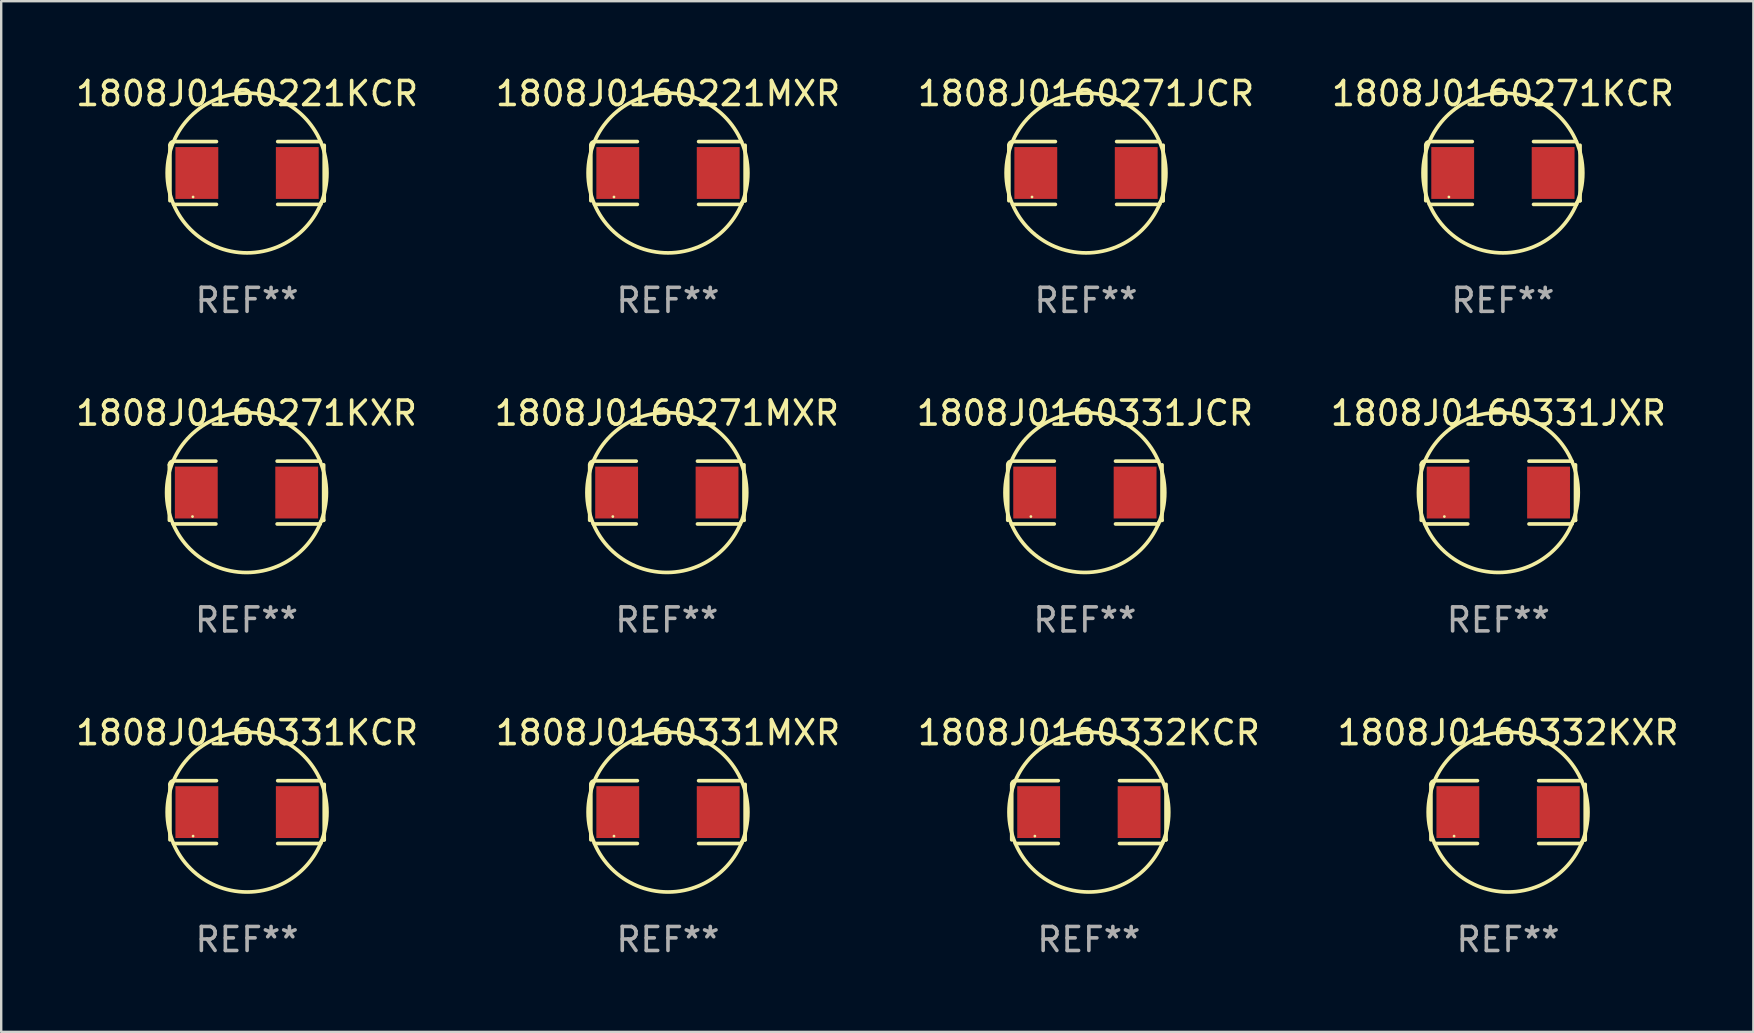
<source format=kicad_pcb>
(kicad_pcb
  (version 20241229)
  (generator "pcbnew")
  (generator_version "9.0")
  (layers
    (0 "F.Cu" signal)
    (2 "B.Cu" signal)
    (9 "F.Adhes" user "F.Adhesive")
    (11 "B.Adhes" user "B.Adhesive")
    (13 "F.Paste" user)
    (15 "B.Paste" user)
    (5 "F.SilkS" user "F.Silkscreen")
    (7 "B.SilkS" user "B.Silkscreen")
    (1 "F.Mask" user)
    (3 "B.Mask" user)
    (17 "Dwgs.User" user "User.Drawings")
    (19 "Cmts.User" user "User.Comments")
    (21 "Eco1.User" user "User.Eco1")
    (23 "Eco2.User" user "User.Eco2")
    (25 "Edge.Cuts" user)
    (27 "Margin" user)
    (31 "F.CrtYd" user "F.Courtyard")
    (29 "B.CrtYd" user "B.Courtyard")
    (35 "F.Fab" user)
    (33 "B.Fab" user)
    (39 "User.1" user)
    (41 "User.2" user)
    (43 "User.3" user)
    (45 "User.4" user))
  (footprint "1808J0160271JCR"
    (layer "F.Cu")
    (at 42.196 4.157)
    (property "Reference" "1808J0160271JCR" (at 0 -3.309 0) (layer "F.SilkS") (effects (font (size 1 1) (thickness 0.15))))
    (attr through_hole)
    (fp_line (start -3.214 -1.156) (end -3.214 1.156) (stroke (width 0.152) (type solid)) (layer "F.SilkS"))
    (fp_line (start -3.061 1.309) (end -1.276 1.309) (stroke (width 0.152) (type solid)) (layer "F.SilkS"))
    (fp_line (start -1.276 -1.309) (end -3.061 -1.309) (stroke (width 0.152) (type solid)) (layer "F.SilkS"))
    (fp_line (start 1.276 -1.309) (end 3.061 -1.309) (stroke (width 0.152) (type solid)) (layer "F.SilkS"))
    (fp_line (start 3.061 1.309) (end 1.276 1.309) (stroke (width 0.152) (type solid)) (layer "F.SilkS"))
    (fp_line (start 3.214 -1.156) (end 3.214 1.156) (stroke (width 0.152) (type solid)) (layer "F.SilkS"))
    (fp_arc (start -3.21359 -1.15621) (mid -3.168953 -1.263974) (end -3.061189 -1.308611) (stroke (width 0.1524) (type solid)) (layer "F.SilkS"))
    (fp_arc (start 3.061188 1.308611) (mid 3.105825 1.200847) (end 3.213589 1.15621) (stroke (width 0.1524) (type solid)) (layer "F.SilkS"))
    (fp_arc (start 3.061189 -1.308611) (mid -3.061167 1.308589) (end 3.061189 -1.308611) (stroke (width 0.1524) (type solid)) (layer "F.SilkS"))
    (fp_circle (center -2.25 1) (end -2.22 1) (stroke (width 0.06) (type solid)) (fill no) (layer "F.SilkS"))
    (fp_text user "REF**" (at 0 5.309 0) (layer "F.Fab") (effects (font (size 1 1) (thickness 0.15))))
    (pad "1" smd rect (at -2.092 0) (size 1.785 2.16) (layers "F.Cu" "F.Mask" "F.Paste"))
    (pad "2" smd rect (at 2.092 0) (size 1.785 2.16) (layers "F.Cu" "F.Mask" "F.Paste")))
  (footprint "1808J0160332KXR"
    (layer "F.Cu")
    (at 59.78 30.784)
    (property "Reference" "1808J0160332KXR" (at 0 -3.309 0) (layer "F.SilkS") (effects (font (size 1 1) (thickness 0.15))))
    (attr through_hole)
    (fp_line (start -3.214 -1.156) (end -3.214 1.156) (stroke (width 0.152) (type solid)) (layer "F.SilkS"))
    (fp_line (start -3.061 1.309) (end -1.276 1.309) (stroke (width 0.152) (type solid)) (layer "F.SilkS"))
    (fp_line (start -1.276 -1.309) (end -3.061 -1.309) (stroke (width 0.152) (type solid)) (layer "F.SilkS"))
    (fp_line (start 1.276 -1.309) (end 3.061 -1.309) (stroke (width 0.152) (type solid)) (layer "F.SilkS"))
    (fp_line (start 3.061 1.309) (end 1.276 1.309) (stroke (width 0.152) (type solid)) (layer "F.SilkS"))
    (fp_line (start 3.214 -1.156) (end 3.214 1.156) (stroke (width 0.152) (type solid)) (layer "F.SilkS"))
    (fp_arc (start -3.21359 -1.15621) (mid -3.168953 -1.263974) (end -3.061189 -1.308611) (stroke (width 0.1524) (type solid)) (layer "F.SilkS"))
    (fp_arc (start 3.061188 1.308611) (mid 3.105825 1.200847) (end 3.213589 1.15621) (stroke (width 0.1524) (type solid)) (layer "F.SilkS"))
    (fp_arc (start 3.061189 -1.308611) (mid -3.061167 1.308589) (end 3.061189 -1.308611) (stroke (width 0.1524) (type solid)) (layer "F.SilkS"))
    (fp_circle (center -2.25 1) (end -2.22 1) (stroke (width 0.06) (type solid)) (fill no) (layer "F.SilkS"))
    (fp_text user "REF**" (at 0 5.309 0) (layer "F.Fab") (effects (font (size 1 1) (thickness 0.15))))
    (pad "1" smd rect (at -2.092 0) (size 1.785 2.16) (layers "F.Cu" "F.Mask" "F.Paste"))
    (pad "2" smd rect (at 2.092 0) (size 1.785 2.16) (layers "F.Cu" "F.Mask" "F.Paste")))
  (footprint "1808J0160271KCR"
    (layer "F.Cu")
    (at 59.565 4.157)
    (property "Reference" "1808J0160271KCR" (at 0 -3.309 0) (layer "F.SilkS") (effects (font (size 1 1) (thickness 0.15))))
    (attr through_hole)
    (fp_line (start -3.214 -1.156) (end -3.214 1.156) (stroke (width 0.152) (type solid)) (layer "F.SilkS"))
    (fp_line (start -3.061 1.309) (end -1.276 1.309) (stroke (width 0.152) (type solid)) (layer "F.SilkS"))
    (fp_line (start -1.276 -1.309) (end -3.061 -1.309) (stroke (width 0.152) (type solid)) (layer "F.SilkS"))
    (fp_line (start 1.276 -1.309) (end 3.061 -1.309) (stroke (width 0.152) (type solid)) (layer "F.SilkS"))
    (fp_line (start 3.061 1.309) (end 1.276 1.309) (stroke (width 0.152) (type solid)) (layer "F.SilkS"))
    (fp_line (start 3.214 -1.156) (end 3.214 1.156) (stroke (width 0.152) (type solid)) (layer "F.SilkS"))
    (fp_arc (start -3.21359 -1.15621) (mid -3.168953 -1.263974) (end -3.061189 -1.308611) (stroke (width 0.1524) (type solid)) (layer "F.SilkS"))
    (fp_arc (start 3.061188 1.308611) (mid 3.105825 1.200847) (end 3.213589 1.15621) (stroke (width 0.1524) (type solid)) (layer "F.SilkS"))
    (fp_arc (start 3.061189 -1.308611) (mid -3.061167 1.308589) (end 3.061189 -1.308611) (stroke (width 0.1524) (type solid)) (layer "F.SilkS"))
    (fp_circle (center -2.25 1) (end -2.22 1) (stroke (width 0.06) (type solid)) (fill no) (layer "F.SilkS"))
    (fp_text user "REF**" (at 0 5.309 0) (layer "F.Fab") (effects (font (size 1 1) (thickness 0.15))))
    (pad "1" smd rect (at -2.092 0) (size 1.785 2.16) (layers "F.Cu" "F.Mask" "F.Paste"))
    (pad "2" smd rect (at 2.092 0) (size 1.785 2.16) (layers "F.Cu" "F.Mask" "F.Paste")))
  (footprint "1808J0160332KCR"
    (layer "F.Cu")
    (at 42.315 30.784)
    (property "Reference" "1808J0160332KCR" (at 0 -3.309 0) (layer "F.SilkS") (effects (font (size 1 1) (thickness 0.15))))
    (attr through_hole)
    (fp_line (start -3.214 -1.156) (end -3.214 1.156) (stroke (width 0.152) (type solid)) (layer "F.SilkS"))
    (fp_line (start -3.061 1.309) (end -1.276 1.309) (stroke (width 0.152) (type solid)) (layer "F.SilkS"))
    (fp_line (start -1.276 -1.309) (end -3.061 -1.309) (stroke (width 0.152) (type solid)) (layer "F.SilkS"))
    (fp_line (start 1.276 -1.309) (end 3.061 -1.309) (stroke (width 0.152) (type solid)) (layer "F.SilkS"))
    (fp_line (start 3.061 1.309) (end 1.276 1.309) (stroke (width 0.152) (type solid)) (layer "F.SilkS"))
    (fp_line (start 3.214 -1.156) (end 3.214 1.156) (stroke (width 0.152) (type solid)) (layer "F.SilkS"))
    (fp_arc (start -3.21359 -1.15621) (mid -3.168953 -1.263974) (end -3.061189 -1.308611) (stroke (width 0.1524) (type solid)) (layer "F.SilkS"))
    (fp_arc (start 3.061188 1.308611) (mid 3.105825 1.200847) (end 3.213589 1.15621) (stroke (width 0.1524) (type solid)) (layer "F.SilkS"))
    (fp_arc (start 3.061189 -1.308611) (mid -3.061167 1.308589) (end 3.061189 -1.308611) (stroke (width 0.1524) (type solid)) (layer "F.SilkS"))
    (fp_circle (center -2.25 1) (end -2.22 1) (stroke (width 0.06) (type solid)) (fill no) (layer "F.SilkS"))
    (fp_text user "REF**" (at 0 5.309 0) (layer "F.Fab") (effects (font (size 1 1) (thickness 0.15))))
    (pad "1" smd rect (at -2.092 0) (size 1.785 2.16) (layers "F.Cu" "F.Mask" "F.Paste"))
    (pad "2" smd rect (at 2.092 0) (size 1.785 2.16) (layers "F.Cu" "F.Mask" "F.Paste")))
  (footprint "1808J0160331JCR"
    (layer "F.Cu")
    (at 42.149 17.471)
    (property "Reference" "1808J0160331JCR" (at 0 -3.309 0) (layer "F.SilkS") (effects (font (size 1 1) (thickness 0.15))))
    (attr through_hole)
    (fp_line (start -3.214 -1.156) (end -3.214 1.156) (stroke (width 0.152) (type solid)) (layer "F.SilkS"))
    (fp_line (start -3.061 1.309) (end -1.276 1.309) (stroke (width 0.152) (type solid)) (layer "F.SilkS"))
    (fp_line (start -1.276 -1.309) (end -3.061 -1.309) (stroke (width 0.152) (type solid)) (layer "F.SilkS"))
    (fp_line (start 1.276 -1.309) (end 3.061 -1.309) (stroke (width 0.152) (type solid)) (layer "F.SilkS"))
    (fp_line (start 3.061 1.309) (end 1.276 1.309) (stroke (width 0.152) (type solid)) (layer "F.SilkS"))
    (fp_line (start 3.214 -1.156) (end 3.214 1.156) (stroke (width 0.152) (type solid)) (layer "F.SilkS"))
    (fp_arc (start -3.21359 -1.15621) (mid -3.168953 -1.263974) (end -3.061189 -1.308611) (stroke (width 0.1524) (type solid)) (layer "F.SilkS"))
    (fp_arc (start 3.061188 1.308611) (mid 3.105825 1.200847) (end 3.213589 1.15621) (stroke (width 0.1524) (type solid)) (layer "F.SilkS"))
    (fp_arc (start 3.061189 -1.308611) (mid -3.061167 1.308589) (end 3.061189 -1.308611) (stroke (width 0.1524) (type solid)) (layer "F.SilkS"))
    (fp_circle (center -2.25 1) (end -2.22 1) (stroke (width 0.06) (type solid)) (fill no) (layer "F.SilkS"))
    (fp_text user "REF**" (at 0 5.309 0) (layer "F.Fab") (effects (font (size 1 1) (thickness 0.15))))
    (pad "1" smd rect (at -2.092 0) (size 1.785 2.16) (layers "F.Cu" "F.Mask" "F.Paste"))
    (pad "2" smd rect (at 2.092 0) (size 1.785 2.16) (layers "F.Cu" "F.Mask" "F.Paste")))
  (footprint "1808J0160271KXR"
    (layer "F.Cu")
    (at 7.22 17.471)
    (property "Reference" "1808J0160271KXR" (at 0 -3.309 0) (layer "F.SilkS") (effects (font (size 1 1) (thickness 0.15))))
    (attr through_hole)
    (fp_line (start -3.214 -1.156) (end -3.214 1.156) (stroke (width 0.152) (type solid)) (layer "F.SilkS"))
    (fp_line (start -3.061 1.309) (end -1.276 1.309) (stroke (width 0.152) (type solid)) (layer "F.SilkS"))
    (fp_line (start -1.276 -1.309) (end -3.061 -1.309) (stroke (width 0.152) (type solid)) (layer "F.SilkS"))
    (fp_line (start 1.276 -1.309) (end 3.061 -1.309) (stroke (width 0.152) (type solid)) (layer "F.SilkS"))
    (fp_line (start 3.061 1.309) (end 1.276 1.309) (stroke (width 0.152) (type solid)) (layer "F.SilkS"))
    (fp_line (start 3.214 -1.156) (end 3.214 1.156) (stroke (width 0.152) (type solid)) (layer "F.SilkS"))
    (fp_arc (start -3.21359 -1.15621) (mid -3.168953 -1.263974) (end -3.061189 -1.308611) (stroke (width 0.1524) (type solid)) (layer "F.SilkS"))
    (fp_arc (start 3.061188 1.308611) (mid 3.105825 1.200847) (end 3.213589 1.15621) (stroke (width 0.1524) (type solid)) (layer "F.SilkS"))
    (fp_arc (start 3.061189 -1.308611) (mid -3.061167 1.308589) (end 3.061189 -1.308611) (stroke (width 0.1524) (type solid)) (layer "F.SilkS"))
    (fp_circle (center -2.25 1) (end -2.22 1) (stroke (width 0.06) (type solid)) (fill no) (layer "F.SilkS"))
    (fp_text user "REF**" (at 0 5.309 0) (layer "F.Fab") (effects (font (size 1 1) (thickness 0.15))))
    (pad "1" smd rect (at -2.092 0) (size 1.785 2.16) (layers "F.Cu" "F.Mask" "F.Paste"))
    (pad "2" smd rect (at 2.092 0) (size 1.785 2.16) (layers "F.Cu" "F.Mask" "F.Paste")))
  (footprint "1808J0160331JXR"
    (layer "F.Cu")
    (at 59.375 17.471)
    (property "Reference" "1808J0160331JXR" (at 0 -3.309 0) (layer "F.SilkS") (effects (font (size 1 1) (thickness 0.15))))
    (attr through_hole)
    (fp_line (start -3.214 -1.156) (end -3.214 1.156) (stroke (width 0.152) (type solid)) (layer "F.SilkS"))
    (fp_line (start -3.061 1.309) (end -1.276 1.309) (stroke (width 0.152) (type solid)) (layer "F.SilkS"))
    (fp_line (start -1.276 -1.309) (end -3.061 -1.309) (stroke (width 0.152) (type solid)) (layer "F.SilkS"))
    (fp_line (start 1.276 -1.309) (end 3.061 -1.309) (stroke (width 0.152) (type solid)) (layer "F.SilkS"))
    (fp_line (start 3.061 1.309) (end 1.276 1.309) (stroke (width 0.152) (type solid)) (layer "F.SilkS"))
    (fp_line (start 3.214 -1.156) (end 3.214 1.156) (stroke (width 0.152) (type solid)) (layer "F.SilkS"))
    (fp_arc (start -3.21359 -1.15621) (mid -3.168953 -1.263974) (end -3.061189 -1.308611) (stroke (width 0.1524) (type solid)) (layer "F.SilkS"))
    (fp_arc (start 3.061188 1.308611) (mid 3.105825 1.200847) (end 3.213589 1.15621) (stroke (width 0.1524) (type solid)) (layer "F.SilkS"))
    (fp_arc (start 3.061189 -1.308611) (mid -3.061167 1.308589) (end 3.061189 -1.308611) (stroke (width 0.1524) (type solid)) (layer "F.SilkS"))
    (fp_circle (center -2.25 1) (end -2.22 1) (stroke (width 0.06) (type solid)) (fill no) (layer "F.SilkS"))
    (fp_text user "REF**" (at 0 5.309 0) (layer "F.Fab") (effects (font (size 1 1) (thickness 0.15))))
    (pad "1" smd rect (at -2.092 0) (size 1.785 2.16) (layers "F.Cu" "F.Mask" "F.Paste"))
    (pad "2" smd rect (at 2.092 0) (size 1.785 2.16) (layers "F.Cu" "F.Mask" "F.Paste")))
  (footprint "1808J0160331MXR"
    (layer "F.Cu")
    (at 24.78 30.784)
    (property "Reference" "1808J0160331MXR" (at 0 -3.309 0) (layer "F.SilkS") (effects (font (size 1 1) (thickness 0.15))))
    (attr through_hole)
    (fp_line (start -3.214 -1.156) (end -3.214 1.156) (stroke (width 0.152) (type solid)) (layer "F.SilkS"))
    (fp_line (start -3.061 1.309) (end -1.276 1.309) (stroke (width 0.152) (type solid)) (layer "F.SilkS"))
    (fp_line (start -1.276 -1.309) (end -3.061 -1.309) (stroke (width 0.152) (type solid)) (layer "F.SilkS"))
    (fp_line (start 1.276 -1.309) (end 3.061 -1.309) (stroke (width 0.152) (type solid)) (layer "F.SilkS"))
    (fp_line (start 3.061 1.309) (end 1.276 1.309) (stroke (width 0.152) (type solid)) (layer "F.SilkS"))
    (fp_line (start 3.214 -1.156) (end 3.214 1.156) (stroke (width 0.152) (type solid)) (layer "F.SilkS"))
    (fp_arc (start -3.21359 -1.15621) (mid -3.168953 -1.263974) (end -3.061189 -1.308611) (stroke (width 0.1524) (type solid)) (layer "F.SilkS"))
    (fp_arc (start 3.061188 1.308611) (mid 3.105825 1.200847) (end 3.213589 1.15621) (stroke (width 0.1524) (type solid)) (layer "F.SilkS"))
    (fp_arc (start 3.061189 -1.308611) (mid -3.061167 1.308589) (end 3.061189 -1.308611) (stroke (width 0.1524) (type solid)) (layer "F.SilkS"))
    (fp_circle (center -2.25 1) (end -2.22 1) (stroke (width 0.06) (type solid)) (fill no) (layer "F.SilkS"))
    (fp_text user "REF**" (at 0 5.309 0) (layer "F.Fab") (effects (font (size 1 1) (thickness 0.15))))
    (pad "1" smd rect (at -2.092 0) (size 1.785 2.16) (layers "F.Cu" "F.Mask" "F.Paste"))
    (pad "2" smd rect (at 2.092 0) (size 1.785 2.16) (layers "F.Cu" "F.Mask" "F.Paste")))
  (footprint "1808J0160331KCR"
    (layer "F.Cu")
    (at 7.244 30.784)
    (property "Reference" "1808J0160331KCR" (at 0 -3.309 0) (layer "F.SilkS") (effects (font (size 1 1) (thickness 0.15))))
    (attr through_hole)
    (fp_line (start -3.214 -1.156) (end -3.214 1.156) (stroke (width 0.152) (type solid)) (layer "F.SilkS"))
    (fp_line (start -3.061 1.309) (end -1.276 1.309) (stroke (width 0.152) (type solid)) (layer "F.SilkS"))
    (fp_line (start -1.276 -1.309) (end -3.061 -1.309) (stroke (width 0.152) (type solid)) (layer "F.SilkS"))
    (fp_line (start 1.276 -1.309) (end 3.061 -1.309) (stroke (width 0.152) (type solid)) (layer "F.SilkS"))
    (fp_line (start 3.061 1.309) (end 1.276 1.309) (stroke (width 0.152) (type solid)) (layer "F.SilkS"))
    (fp_line (start 3.214 -1.156) (end 3.214 1.156) (stroke (width 0.152) (type solid)) (layer "F.SilkS"))
    (fp_arc (start -3.21359 -1.15621) (mid -3.168953 -1.263974) (end -3.061189 -1.308611) (stroke (width 0.1524) (type solid)) (layer "F.SilkS"))
    (fp_arc (start 3.061188 1.308611) (mid 3.105825 1.200847) (end 3.213589 1.15621) (stroke (width 0.1524) (type solid)) (layer "F.SilkS"))
    (fp_arc (start 3.061189 -1.308611) (mid -3.061167 1.308589) (end 3.061189 -1.308611) (stroke (width 0.1524) (type solid)) (layer "F.SilkS"))
    (fp_circle (center -2.25 1) (end -2.22 1) (stroke (width 0.06) (type solid)) (fill no) (layer "F.SilkS"))
    (fp_text user "REF**" (at 0 5.309 0) (layer "F.Fab") (effects (font (size 1 1) (thickness 0.15))))
    (pad "1" smd rect (at -2.092 0) (size 1.785 2.16) (layers "F.Cu" "F.Mask" "F.Paste"))
    (pad "2" smd rect (at 2.092 0) (size 1.785 2.16) (layers "F.Cu" "F.Mask" "F.Paste")))
  (footprint "1808J0160271MXR"
    (layer "F.Cu")
    (at 24.732 17.471)
    (property "Reference" "1808J0160271MXR" (at 0 -3.309 0) (layer "F.SilkS") (effects (font (size 1 1) (thickness 0.15))))
    (attr through_hole)
    (fp_line (start -3.214 -1.156) (end -3.214 1.156) (stroke (width 0.152) (type solid)) (layer "F.SilkS"))
    (fp_line (start -3.061 1.309) (end -1.276 1.309) (stroke (width 0.152) (type solid)) (layer "F.SilkS"))
    (fp_line (start -1.276 -1.309) (end -3.061 -1.309) (stroke (width 0.152) (type solid)) (layer "F.SilkS"))
    (fp_line (start 1.276 -1.309) (end 3.061 -1.309) (stroke (width 0.152) (type solid)) (layer "F.SilkS"))
    (fp_line (start 3.061 1.309) (end 1.276 1.309) (stroke (width 0.152) (type solid)) (layer "F.SilkS"))
    (fp_line (start 3.214 -1.156) (end 3.214 1.156) (stroke (width 0.152) (type solid)) (layer "F.SilkS"))
    (fp_arc (start -3.21359 -1.15621) (mid -3.168953 -1.263974) (end -3.061189 -1.308611) (stroke (width 0.1524) (type solid)) (layer "F.SilkS"))
    (fp_arc (start 3.061188 1.308611) (mid 3.105825 1.200847) (end 3.213589 1.15621) (stroke (width 0.1524) (type solid)) (layer "F.SilkS"))
    (fp_arc (start 3.061189 -1.308611) (mid -3.061167 1.308589) (end 3.061189 -1.308611) (stroke (width 0.1524) (type solid)) (layer "F.SilkS"))
    (fp_circle (center -2.25 1) (end -2.22 1) (stroke (width 0.06) (type solid)) (fill no) (layer "F.SilkS"))
    (fp_text user "REF**" (at 0 5.309 0) (layer "F.Fab") (effects (font (size 1 1) (thickness 0.15))))
    (pad "1" smd rect (at -2.092 0) (size 1.785 2.16) (layers "F.Cu" "F.Mask" "F.Paste"))
    (pad "2" smd rect (at 2.092 0) (size 1.785 2.16) (layers "F.Cu" "F.Mask" "F.Paste")))
  (footprint "1808J0160221MXR"
    (layer "F.Cu")
    (at 24.78 4.157)
    (property "Reference" "1808J0160221MXR" (at 0 -3.309 0) (layer "F.SilkS") (effects (font (size 1 1) (thickness 0.15))))
    (attr through_hole)
    (fp_line (start -3.214 -1.156) (end -3.214 1.156) (stroke (width 0.152) (type solid)) (layer "F.SilkS"))
    (fp_line (start -3.061 1.309) (end -1.276 1.309) (stroke (width 0.152) (type solid)) (layer "F.SilkS"))
    (fp_line (start -1.276 -1.309) (end -3.061 -1.309) (stroke (width 0.152) (type solid)) (layer "F.SilkS"))
    (fp_line (start 1.276 -1.309) (end 3.061 -1.309) (stroke (width 0.152) (type solid)) (layer "F.SilkS"))
    (fp_line (start 3.061 1.309) (end 1.276 1.309) (stroke (width 0.152) (type solid)) (layer "F.SilkS"))
    (fp_line (start 3.214 -1.156) (end 3.214 1.156) (stroke (width 0.152) (type solid)) (layer "F.SilkS"))
    (fp_arc (start -3.21359 -1.15621) (mid -3.168953 -1.263974) (end -3.061189 -1.308611) (stroke (width 0.1524) (type solid)) (layer "F.SilkS"))
    (fp_arc (start 3.061188 1.308611) (mid 3.105825 1.200847) (end 3.213589 1.15621) (stroke (width 0.1524) (type solid)) (layer "F.SilkS"))
    (fp_arc (start 3.061189 -1.308611) (mid -3.061167 1.308589) (end 3.061189 -1.308611) (stroke (width 0.1524) (type solid)) (layer "F.SilkS"))
    (fp_circle (center -2.25 1) (end -2.22 1) (stroke (width 0.06) (type solid)) (fill no) (layer "F.SilkS"))
    (fp_text user "REF**" (at 0 5.309 0) (layer "F.Fab") (effects (font (size 1 1) (thickness 0.15))))
    (pad "1" smd rect (at -2.092 0) (size 1.785 2.16) (layers "F.Cu" "F.Mask" "F.Paste"))
    (pad "2" smd rect (at 2.092 0) (size 1.785 2.16) (layers "F.Cu" "F.Mask" "F.Paste")))
  (footprint "1808J0160221KCR"
    (layer "F.Cu")
    (at 7.244 4.157)
    (property "Reference" "1808J0160221KCR" (at 0 -3.309 0) (layer "F.SilkS") (effects (font (size 1 1) (thickness 0.15))))
    (attr through_hole)
    (fp_line (start -3.214 -1.156) (end -3.214 1.156) (stroke (width 0.152) (type solid)) (layer "F.SilkS"))
    (fp_line (start -3.061 1.309) (end -1.276 1.309) (stroke (width 0.152) (type solid)) (layer "F.SilkS"))
    (fp_line (start -1.276 -1.309) (end -3.061 -1.309) (stroke (width 0.152) (type solid)) (layer "F.SilkS"))
    (fp_line (start 1.276 -1.309) (end 3.061 -1.309) (stroke (width 0.152) (type solid)) (layer "F.SilkS"))
    (fp_line (start 3.061 1.309) (end 1.276 1.309) (stroke (width 0.152) (type solid)) (layer "F.SilkS"))
    (fp_line (start 3.214 -1.156) (end 3.214 1.156) (stroke (width 0.152) (type solid)) (layer "F.SilkS"))
    (fp_arc (start -3.21359 -1.15621) (mid -3.168953 -1.263974) (end -3.061189 -1.308611) (stroke (width 0.1524) (type solid)) (layer "F.SilkS"))
    (fp_arc (start 3.061188 1.308611) (mid 3.105825 1.200847) (end 3.213589 1.15621) (stroke (width 0.1524) (type solid)) (layer "F.SilkS"))
    (fp_arc (start 3.061189 -1.308611) (mid -3.061167 1.308589) (end 3.061189 -1.308611) (stroke (width 0.1524) (type solid)) (layer "F.SilkS"))
    (fp_circle (center -2.25 1) (end -2.22 1) (stroke (width 0.06) (type solid)) (fill no) (layer "F.SilkS"))
    (fp_text user "REF**" (at 0 5.309 0) (layer "F.Fab") (effects (font (size 1 1) (thickness 0.15))))
    (pad "1" smd rect (at -2.092 0) (size 1.785 2.16) (layers "F.Cu" "F.Mask" "F.Paste"))
    (pad "2" smd rect (at 2.092 0) (size 1.785 2.16) (layers "F.Cu" "F.Mask" "F.Paste")))
  (gr_rect
    (start -3 -3)
    (end 70 39.941)
    (stroke (width 0.1) (type default))
    (fill no)
    (layer "Edge.Cuts")))
</source>
